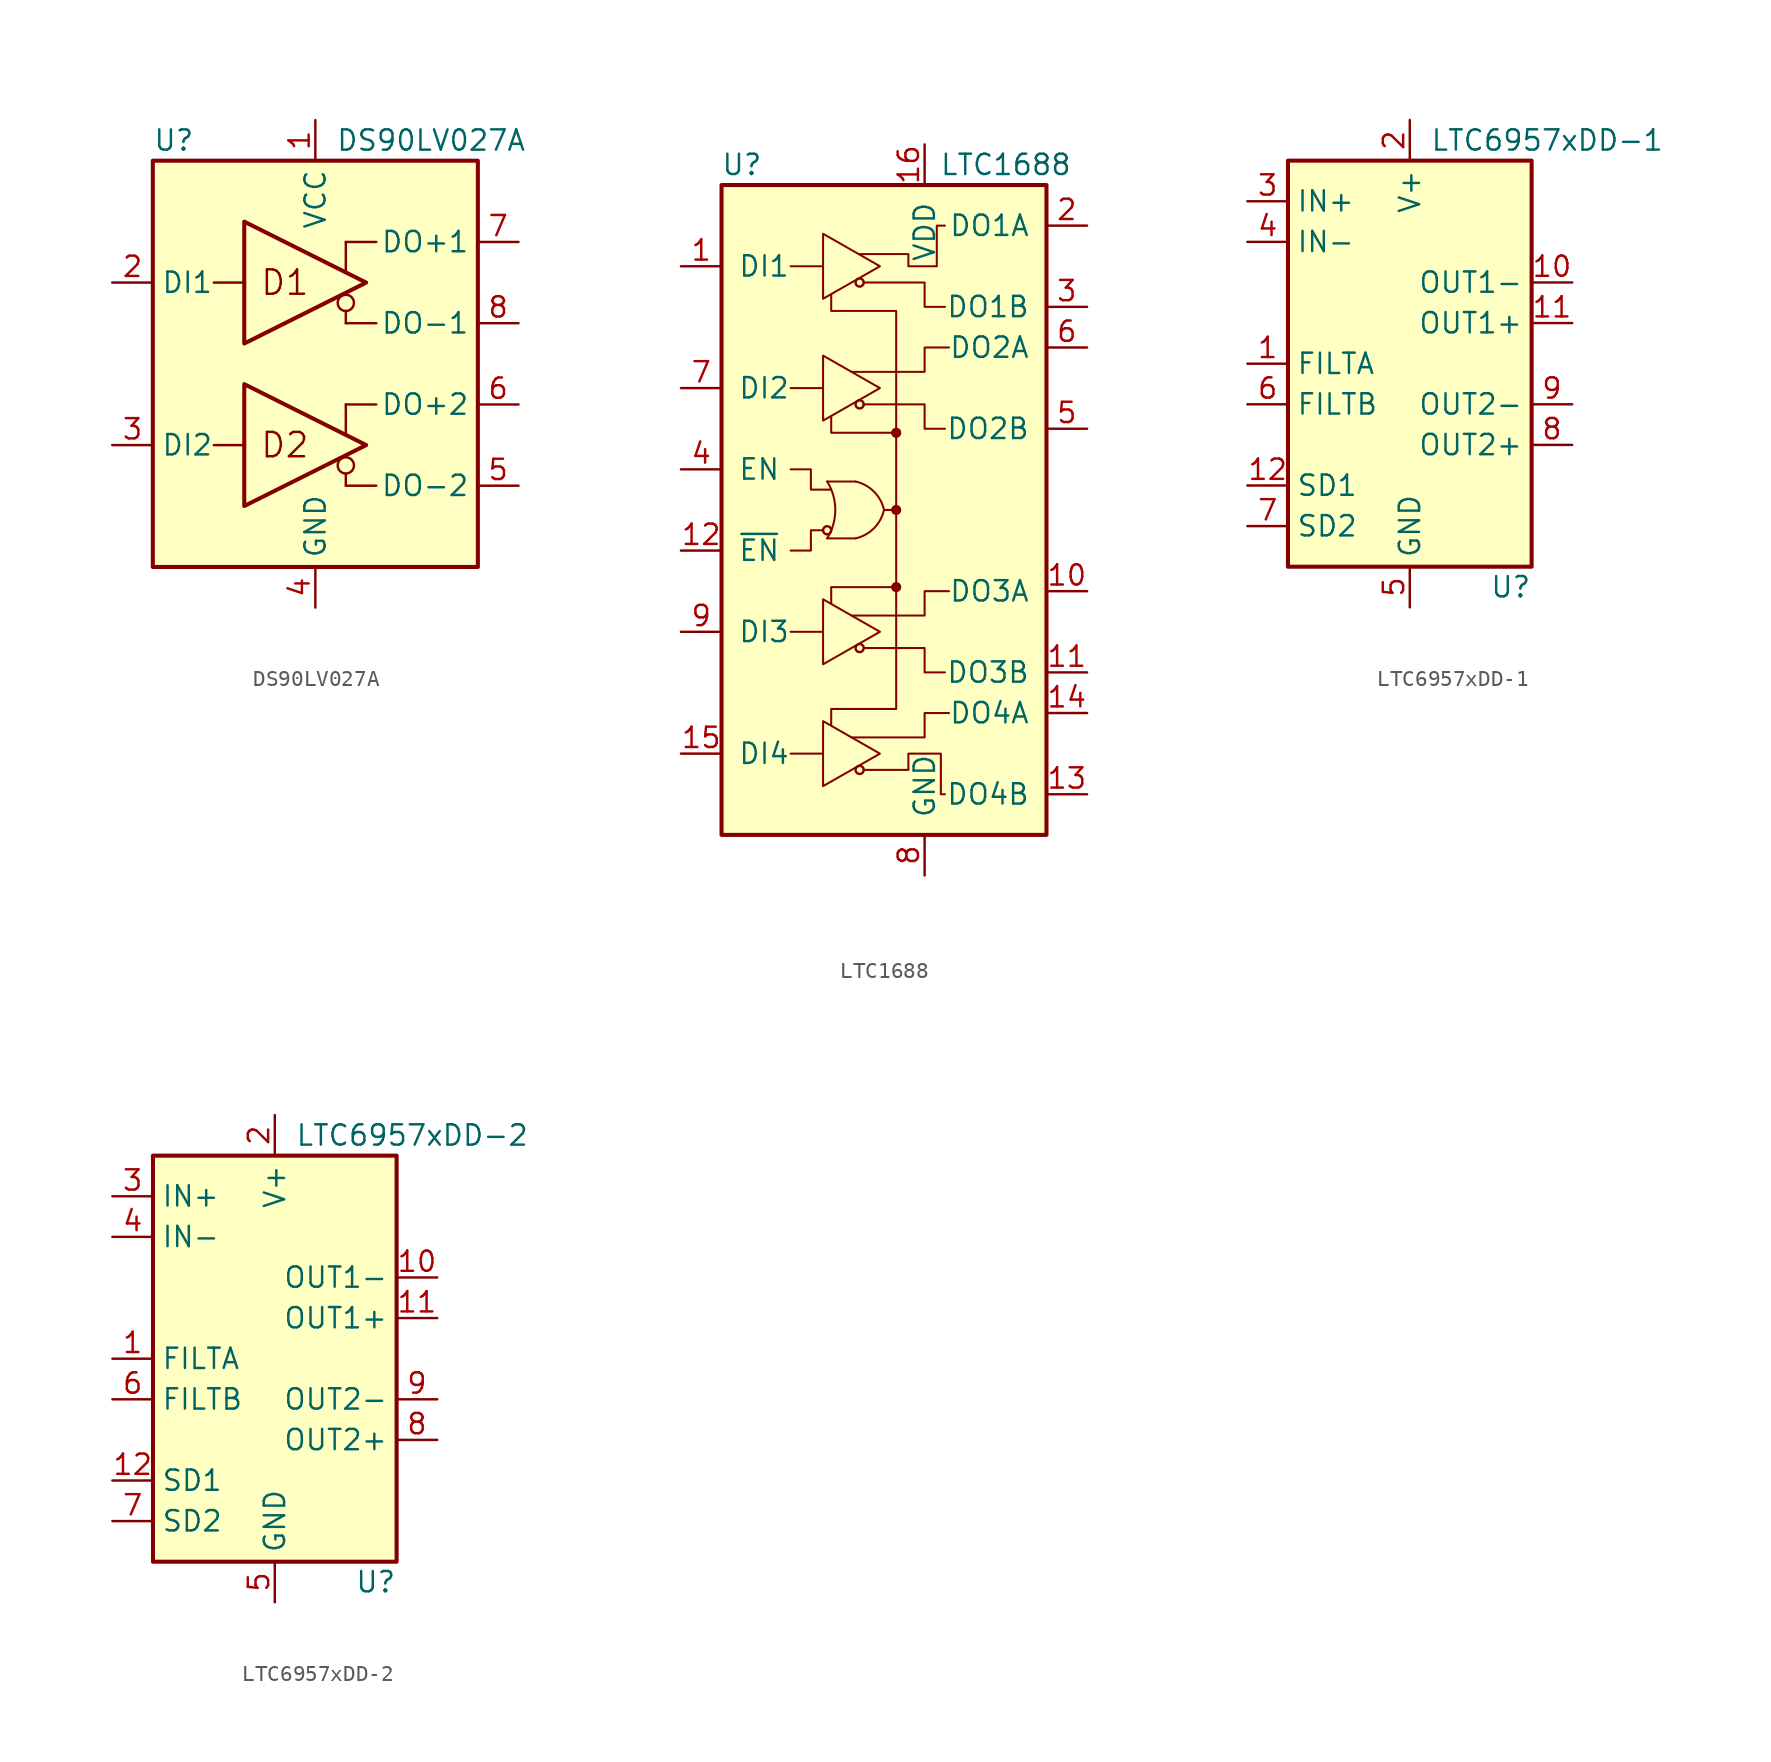
<source format=kicad_sym>
(kicad_symbol_lib
  (version 20201005)
  (generator kicad_symbol_editor)
  (symbol "DS90LV027A"
    (property "Reference" "U"
      (at -10.16 13.97 0)
      (effects (font (size 1.27 1.27)) (justify left)))
    (property "Value" "DS90LV027A"
      (at 1.27 13.97 0)
      (effects (font (size 1.27 1.27)) (justify left)))
    (symbol "DS90LV027A_1_0"
      (circle (center 1.905 -6.35) (radius 0.508) (stroke (width 0)) (fill (type none)))
      (circle (center 1.905 3.81) (radius 0.508) (stroke (width 0)) (fill (type none)))
      (text "D1" (at -1.905 5.08 0) (effects (font (size 1.524 1.524))))
      (text "D2" (at -1.905 -5.08 0) (effects (font (size 1.524 1.524))))
      (rectangle (start -10.16 12.7) (end 10.16 -12.7) (stroke (width 0.254)) (fill (type background)))
      (polyline (pts (xy 1.905 -6.858) (xy 1.905 -7.62)) (stroke (width 0)) (fill (type none)))
      (polyline (pts (xy 1.905 -4.445) (xy 1.905 -2.54)) (stroke (width 0)) (fill (type none)))
      (polyline (pts (xy 1.905 3.302) (xy 1.905 2.54)) (stroke (width 0)) (fill (type none)))
      (polyline (pts (xy 1.905 5.715) (xy 1.905 7.62)) (stroke (width 0)) (fill (type none))))
    (symbol "DS90LV027A_1_1"
      (polyline (pts (xy -6.35 -5.08) (xy -4.445 -5.08)) (stroke (width 0)) (fill (type none)))
      (polyline (pts (xy -6.35 5.08) (xy -4.445 5.08)) (stroke (width 0)) (fill (type none)))
      (polyline (pts (xy 1.905 -7.62) (xy 3.81 -7.62)) (stroke (width 0)) (fill (type none)))
      (polyline (pts (xy 1.905 2.54) (xy 3.81 2.54)) (stroke (width 0)) (fill (type none)))
      (polyline (pts (xy 3.81 -2.54) (xy 1.905 -2.54)) (stroke (width 0)) (fill (type none)))
      (polyline (pts (xy 3.81 7.62) (xy 1.905 7.62)) (stroke (width 0)) (fill (type none)))
      (polyline (pts (xy -4.445 -8.89) (xy -4.445 -1.27) (xy 3.175 -5.08) (xy -4.445 -8.89)) (stroke (width 0.254)) (fill (type none)))
      (polyline (pts (xy -4.445 1.27) (xy -4.445 8.89) (xy 3.175 5.08) (xy -4.445 1.27)) (stroke (width 0.254)) (fill (type none)))
      (pin power_in line (at 0 15.24 270) (length 2.54) (name "VCC" (effects (font (size 1.27 1.27)))) (number "1" (effects (font (size 1.27 1.27)))))
      (pin input line (at -12.7 5.08 0) (length 2.54) (name "DI1" (effects (font (size 1.27 1.27)))) (number "2" (effects (font (size 1.27 1.27)))))
      (pin input line (at -12.7 -5.08 0) (length 2.54) (name "DI2" (effects (font (size 1.27 1.27)))) (number "3" (effects (font (size 1.27 1.27)))))
      (pin power_in line (at 0 -15.24 90) (length 2.54) (name "GND" (effects (font (size 1.27 1.27)))) (number "4" (effects (font (size 1.27 1.27)))))
      (pin output line (at 12.7 -7.62 180) (length 2.54) (name "DO-2" (effects (font (size 1.27 1.27)))) (number "5" (effects (font (size 1.27 1.27)))))
      (pin output line (at 12.7 -2.54 180) (length 2.54) (name "DO+2" (effects (font (size 1.27 1.27)))) (number "6" (effects (font (size 1.27 1.27)))))
      (pin output line (at 12.7 7.62 180) (length 2.54) (name "DO+1" (effects (font (size 1.27 1.27)))) (number "7" (effects (font (size 1.27 1.27)))))
      (pin output line (at 12.7 2.54 180) (length 2.54) (name "DO-1" (effects (font (size 1.27 1.27)))) (number "8" (effects (font (size 1.27 1.27)))))))
  (symbol "LTC1688"
    (pin_names
      (offset 1.016))
    (property "Reference" "U"
      (at -8.89 21.59 0)
      (effects (font (size 1.27 1.27))))
    (property "Value" "LTC1688"
      (at 7.62 21.59 0)
      (effects (font (size 1.27 1.27))))
    (symbol "LTC1688_0_1"
      (circle (center 0.762 -4.826) (radius 0.254) (stroke (width 0.127)) (fill (type outline)))
      (circle (center 0.762 0) (radius 0.254) (stroke (width 0.127)) (fill (type outline)))
      (circle (center 0.762 4.826) (radius 0.254) (stroke (width 0.127)) (fill (type outline)))
      (rectangle (start -10.16 20.32) (end 10.16 -20.32) (stroke (width 0.254)) (fill (type background)))
      (polyline (pts (xy -5.842 -15.24) (xy -3.81 -15.24)) (stroke (width 0.127)) (fill (type none)))
      (polyline (pts (xy -5.842 -7.62) (xy -3.81 -7.62)) (stroke (width 0.127)) (fill (type none)))
      (polyline (pts (xy -5.842 7.62) (xy -3.81 7.62)) (stroke (width 0.127)) (fill (type none)))
      (polyline (pts (xy -5.842 15.24) (xy -3.81 15.24)) (stroke (width 0.127)) (fill (type none)))
      (polyline (pts (xy 0 0) (xy 0.762 0)) (stroke (width 0.127)) (fill (type none)))
      (polyline (pts (xy 0.762 -4.826) (xy -3.302 -4.826) (xy -3.302 -5.842)) (stroke (width 0.127)) (fill (type none)))
      (polyline (pts (xy 0.762 4.826) (xy -3.302 4.826) (xy -3.302 5.842)) (stroke (width 0.127)) (fill (type none)))
      (polyline (pts (xy -2.032 -14.224) (xy 2.54 -14.224) (xy 2.54 -12.7) (xy 4.064 -12.7)) (stroke (width 0.127)) (fill (type none)))
      (polyline (pts (xy -2.032 -6.604) (xy 2.54 -6.604) (xy 2.54 -5.08) (xy 4.064 -5.08)) (stroke (width 0.127)) (fill (type none)))
      (polyline (pts (xy -2.032 8.636) (xy 2.54 8.636) (xy 2.54 10.16) (xy 4.064 10.16)) (stroke (width 0.127)) (fill (type none)))
      (polyline (pts (xy 0.762 0) (xy 0.762 -2.54) (xy 0.762 -12.446) (xy -3.302 -12.446) (xy -3.302 -13.462)) (stroke (width 0.127)) (fill (type none)))
      (polyline (pts (xy 0.762 0) (xy 0.762 2.54) (xy 0.762 12.446) (xy -3.302 12.446) (xy -3.302 13.462)) (stroke (width 0.127)) (fill (type none)))
      (polyline (pts (xy -1.524 16.002) (xy 1.524 16.002) (xy 1.524 15.24) (xy 3.302 15.24) (xy 3.302 17.78) (xy 3.81 17.78)) (stroke (width 0.127)) (fill (type none))))
    (symbol "LTC1688_1_1"
      (arc (start -3.556 1.778) (end -3.556 -1.778) (radius (at -6.4008 0) (length 3.3528) (angles 32 -32)) (stroke (width 0.127)) (fill (type none)))
      (arc (start -1.778 1.778) (end 0 0) (radius (at -2.286 -0.508) (length 2.3368) (angles 77.5 12.5)) (stroke (width 0.127)) (fill (type none)))
      (arc (start -1.778 -1.778) (end 0 0) (radius (at -2.286 0.508) (length 2.3368) (angles -77.5 -12.5)) (stroke (width 0.127)) (fill (type none)))
      (circle (center -3.556 -1.27) (radius 0.254) (stroke (width 0)) (fill (type none)))
      (circle (center -1.524 -16.256) (radius 0.254) (stroke (width 0)) (fill (type none)))
      (circle (center -1.524 -8.636) (radius 0.254) (stroke (width 0)) (fill (type none)))
      (circle (center -1.524 6.604) (radius 0.254) (stroke (width 0)) (fill (type none)))
      (circle (center -1.524 14.224) (radius 0.254) (stroke (width 0)) (fill (type none)))
      (polyline (pts (xy -3.556 -1.778) (xy -1.778 -1.778)) (stroke (width 0.127)) (fill (type none)))
      (polyline (pts (xy -1.778 1.778) (xy -3.556 1.778)) (stroke (width 0.127)) (fill (type none)))
      (polyline (pts (xy -5.842 2.54) (xy -4.572 2.54) (xy -4.572 1.27) (xy -3.302 1.27)) (stroke (width 0.127)) (fill (type none)))
      (polyline (pts (xy -3.81 -13.208) (xy -3.81 -17.272) (xy -0.254 -15.24) (xy -3.81 -13.208)) (stroke (width 0.127)) (fill (type none)))
      (polyline (pts (xy -3.81 -5.588) (xy -3.81 -9.652) (xy -0.254 -7.62) (xy -3.81 -5.588)) (stroke (width 0.127)) (fill (type none)))
      (polyline (pts (xy -3.81 -1.27) (xy -4.572 -1.27) (xy -4.572 -2.54) (xy -5.842 -2.54)) (stroke (width 0.127)) (fill (type none)))
      (polyline (pts (xy -3.81 9.652) (xy -3.81 5.588) (xy -0.254 7.62) (xy -3.81 9.652)) (stroke (width 0.127)) (fill (type none)))
      (polyline (pts (xy -3.81 17.272) (xy -3.81 13.208) (xy -0.254 15.24) (xy -3.81 17.272)) (stroke (width 0.127)) (fill (type none)))
      (polyline (pts (xy -1.27 -8.636) (xy 2.54 -8.636) (xy 2.54 -10.16) (xy 3.81 -10.16)) (stroke (width 0.127)) (fill (type none)))
      (polyline (pts (xy -1.27 6.604) (xy 2.54 6.604) (xy 2.54 5.08) (xy 3.81 5.08)) (stroke (width 0.127)) (fill (type none)))
      (polyline (pts (xy -1.27 14.224) (xy 2.54 14.224) (xy 2.54 12.7) (xy 3.81 12.7)) (stroke (width 0.127)) (fill (type none)))
      (polyline (pts (xy -1.27 -16.256) (xy 1.524 -16.256) (xy 1.524 -15.24) (xy 3.556 -15.24) (xy 3.556 -17.78) (xy 3.81 -17.78)) (stroke (width 0.127)) (fill (type none)))
      (pin input line (at -12.7 15.24 0) (length 2.54) (name "DI1" (effects (font (size 1.27 1.27)))) (number "1" (effects (font (size 1.27 1.27)))))
      (pin output line (at 12.7 -5.08 180) (length 2.54) (name "DO3A" (effects (font (size 1.27 1.27)))) (number "10" (effects (font (size 1.27 1.27)))))
      (pin output line (at 12.7 -10.16 180) (length 2.54) (name "DO3B" (effects (font (size 1.27 1.27)))) (number "11" (effects (font (size 1.27 1.27)))))
      (pin input line (at -12.7 -2.54 0) (length 2.54) (name "~EN" (effects (font (size 1.27 1.27)))) (number "12" (effects (font (size 1.27 1.27)))))
      (pin output line (at 12.7 -17.78 180) (length 2.54) (name "DO4B" (effects (font (size 1.27 1.27)))) (number "13" (effects (font (size 1.27 1.27)))))
      (pin output line (at 12.7 -12.7 180) (length 2.54) (name "DO4A" (effects (font (size 1.27 1.27)))) (number "14" (effects (font (size 1.27 1.27)))))
      (pin input line (at -12.7 -15.24 0) (length 2.54) (name "DI4" (effects (font (size 1.27 1.27)))) (number "15" (effects (font (size 1.27 1.27)))))
      (pin power_in line (at 2.54 22.86 270) (length 2.54) (name "VDD" (effects (font (size 1.27 1.27)))) (number "16" (effects (font (size 1.27 1.27)))))
      (pin output line (at 12.7 17.78 180) (length 2.54) (name "DO1A" (effects (font (size 1.27 1.27)))) (number "2" (effects (font (size 1.27 1.27)))))
      (pin output line (at 12.7 12.7 180) (length 2.54) (name "DO1B" (effects (font (size 1.27 1.27)))) (number "3" (effects (font (size 1.27 1.27)))))
      (pin input line (at -12.7 2.54 0) (length 2.54) (name "EN" (effects (font (size 1.27 1.27)))) (number "4" (effects (font (size 1.27 1.27)))))
      (pin output line (at 12.7 5.08 180) (length 2.54) (name "DO2B" (effects (font (size 1.27 1.27)))) (number "5" (effects (font (size 1.27 1.27)))))
      (pin output line (at 12.7 10.16 180) (length 2.54) (name "DO2A" (effects (font (size 1.27 1.27)))) (number "6" (effects (font (size 1.27 1.27)))))
      (pin input line (at -12.7 7.62 0) (length 2.54) (name "DI2" (effects (font (size 1.27 1.27)))) (number "7" (effects (font (size 1.27 1.27)))))
      (pin power_in line (at 2.54 -22.86 90) (length 2.54) (name "GND" (effects (font (size 1.27 1.27)))) (number "8" (effects (font (size 1.27 1.27)))))
      (pin input line (at -12.7 -7.62 0) (length 2.54) (name "DI3" (effects (font (size 1.27 1.27)))) (number "9" (effects (font (size 1.27 1.27)))))))
  (symbol "LTC6957xDD-1"
    (property "Reference" "U"
      (at 7.62 -13.97 0)
      (effects (font (size 1.27 1.27)) (justify right)))
    (property "Value" "LTC6957xDD-1"
      (at 1.27 13.97 0)
      (effects (font (size 1.27 1.27)) (justify left)))
    (symbol "LTC6957xDD-1_0_1"
      (rectangle (start -7.62 12.7) (end 7.62 -12.7) (stroke (width 0.254)) (fill (type background))))
    (symbol "LTC6957xDD-1_1_1"
      (pin input line (at -10.16 0 0) (length 2.54) (name "FILTA" (effects (font (size 1.27 1.27)))) (number "1" (effects (font (size 1.27 1.27)))))
      (pin open_emitter line (at 10.16 5.08 180) (length 2.54) (name "OUT1-" (effects (font (size 1.27 1.27)))) (number "10" (effects (font (size 1.27 1.27)))))
      (pin open_emitter line (at 10.16 2.54 180) (length 2.54) (name "OUT1+" (effects (font (size 1.27 1.27)))) (number "11" (effects (font (size 1.27 1.27)))))
      (pin input line (at -10.16 -7.62 0) (length 2.54) (name "SD1" (effects (font (size 1.27 1.27)))) (number "12" (effects (font (size 1.27 1.27)))))
      (pin passive line (at 0 -15.24 90) (length 2.54) hide (name "GND" (effects (font (size 1.27 1.27)))) (number "13" (effects (font (size 1.27 1.27)))))
      (pin power_in line (at 0 15.24 270) (length 2.54) (name "V+" (effects (font (size 1.27 1.27)))) (number "2" (effects (font (size 1.27 1.27)))))
      (pin input line (at -10.16 10.16 0) (length 2.54) (name "IN+" (effects (font (size 1.27 1.27)))) (number "3" (effects (font (size 1.27 1.27)))))
      (pin input line (at -10.16 7.62 0) (length 2.54) (name "IN-" (effects (font (size 1.27 1.27)))) (number "4" (effects (font (size 1.27 1.27)))))
      (pin power_in line (at 0 -15.24 90) (length 2.54) (name "GND" (effects (font (size 1.27 1.27)))) (number "5" (effects (font (size 1.27 1.27)))))
      (pin input line (at -10.16 -2.54 0) (length 2.54) (name "FILTB" (effects (font (size 1.27 1.27)))) (number "6" (effects (font (size 1.27 1.27)))))
      (pin input line (at -10.16 -10.16 0) (length 2.54) (name "SD2" (effects (font (size 1.27 1.27)))) (number "7" (effects (font (size 1.27 1.27)))))
      (pin open_emitter line (at 10.16 -5.08 180) (length 2.54) (name "OUT2+" (effects (font (size 1.27 1.27)))) (number "8" (effects (font (size 1.27 1.27)))))
      (pin open_emitter line (at 10.16 -2.54 180) (length 2.54) (name "OUT2-" (effects (font (size 1.27 1.27)))) (number "9" (effects (font (size 1.27 1.27)))))))
  (symbol "LTC6957xDD-2"
    (property "Reference" "U"
      (at 7.62 -13.97 0)
      (effects (font (size 1.27 1.27)) (justify right)))
    (property "Value" "LTC6957xDD-2"
      (at 1.27 13.97 0)
      (effects (font (size 1.27 1.27)) (justify left)))
    (symbol "LTC6957xDD-2_0_1"
      (rectangle (start -7.62 12.7) (end 7.62 -12.7) (stroke (width 0.254)) (fill (type background))))
    (symbol "LTC6957xDD-2_1_1"
      (pin input line (at -10.16 0 0) (length 2.54) (name "FILTA" (effects (font (size 1.27 1.27)))) (number "1" (effects (font (size 1.27 1.27)))))
      (pin output line (at 10.16 5.08 180) (length 2.54) (name "OUT1-" (effects (font (size 1.27 1.27)))) (number "10" (effects (font (size 1.27 1.27)))))
      (pin output line (at 10.16 2.54 180) (length 2.54) (name "OUT1+" (effects (font (size 1.27 1.27)))) (number "11" (effects (font (size 1.27 1.27)))))
      (pin input line (at -10.16 -7.62 0) (length 2.54) (name "SD1" (effects (font (size 1.27 1.27)))) (number "12" (effects (font (size 1.27 1.27)))))
      (pin passive line (at 0 -15.24 90) (length 2.54) hide (name "GND" (effects (font (size 1.27 1.27)))) (number "13" (effects (font (size 1.27 1.27)))))
      (pin power_in line (at 0 15.24 270) (length 2.54) (name "V+" (effects (font (size 1.27 1.27)))) (number "2" (effects (font (size 1.27 1.27)))))
      (pin input line (at -10.16 10.16 0) (length 2.54) (name "IN+" (effects (font (size 1.27 1.27)))) (number "3" (effects (font (size 1.27 1.27)))))
      (pin input line (at -10.16 7.62 0) (length 2.54) (name "IN-" (effects (font (size 1.27 1.27)))) (number "4" (effects (font (size 1.27 1.27)))))
      (pin power_in line (at 0 -15.24 90) (length 2.54) (name "GND" (effects (font (size 1.27 1.27)))) (number "5" (effects (font (size 1.27 1.27)))))
      (pin input line (at -10.16 -2.54 0) (length 2.54) (name "FILTB" (effects (font (size 1.27 1.27)))) (number "6" (effects (font (size 1.27 1.27)))))
      (pin input line (at -10.16 -10.16 0) (length 2.54) (name "SD2" (effects (font (size 1.27 1.27)))) (number "7" (effects (font (size 1.27 1.27)))))
      (pin output line (at 10.16 -5.08 180) (length 2.54) (name "OUT2+" (effects (font (size 1.27 1.27)))) (number "8" (effects (font (size 1.27 1.27)))))
      (pin output line (at 10.16 -2.54 180) (length 2.54) (name "OUT2-" (effects (font (size 1.27 1.27)))) (number "9" (effects (font (size 1.27 1.27))))))))
</source>
